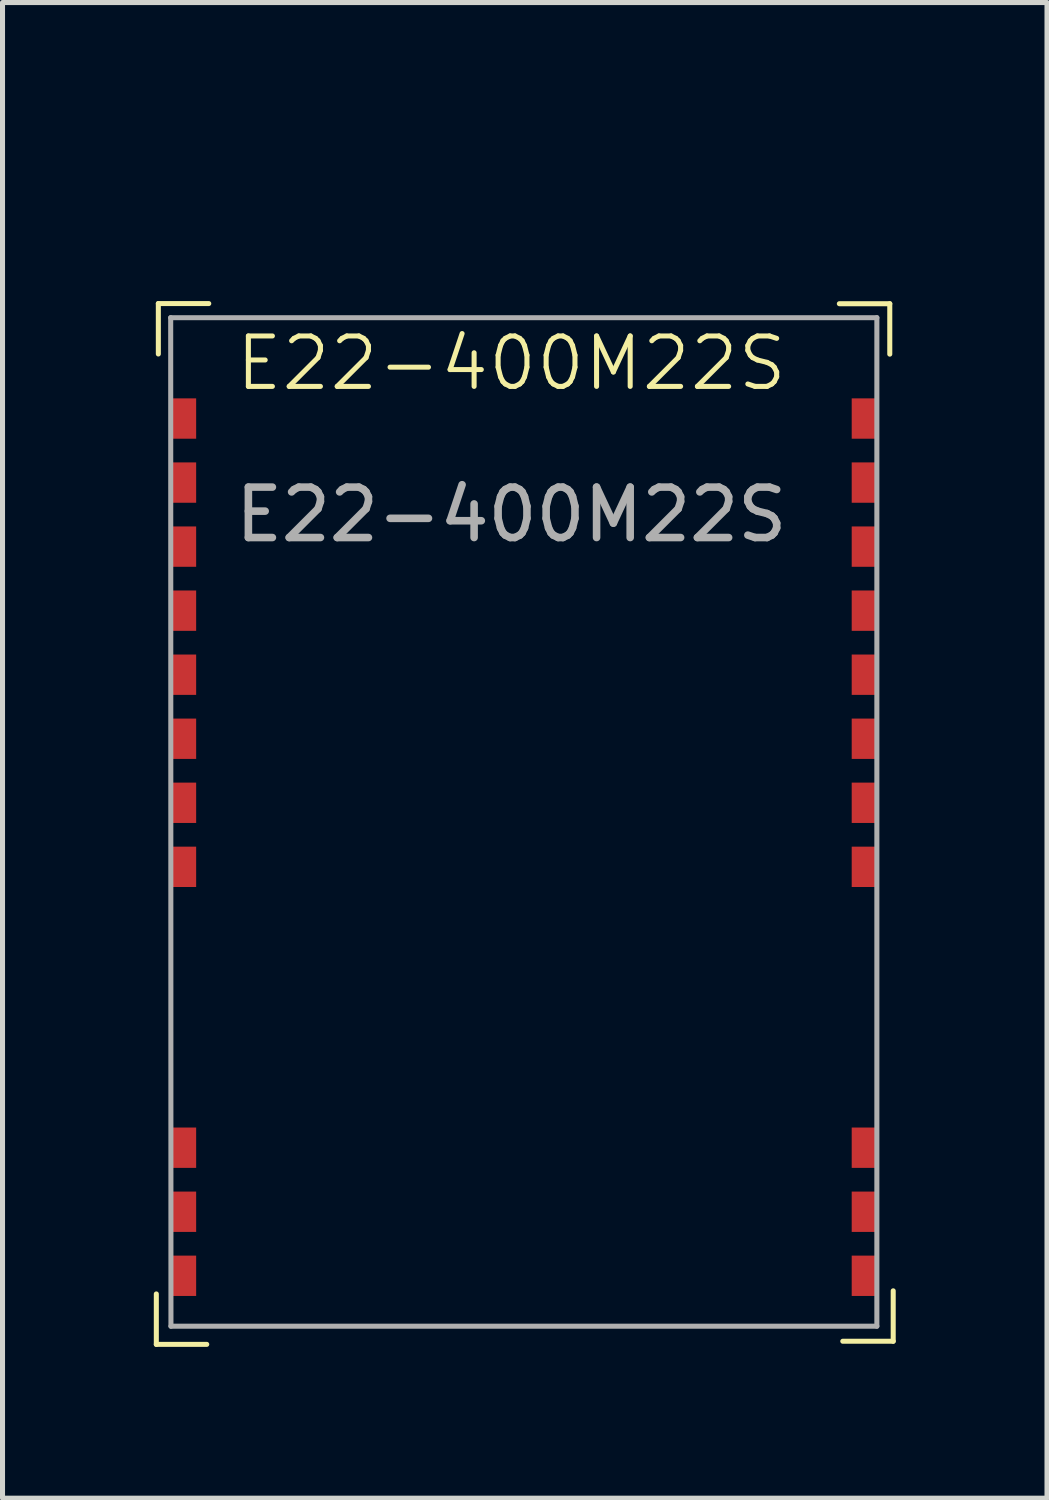
<source format=kicad_pcb>
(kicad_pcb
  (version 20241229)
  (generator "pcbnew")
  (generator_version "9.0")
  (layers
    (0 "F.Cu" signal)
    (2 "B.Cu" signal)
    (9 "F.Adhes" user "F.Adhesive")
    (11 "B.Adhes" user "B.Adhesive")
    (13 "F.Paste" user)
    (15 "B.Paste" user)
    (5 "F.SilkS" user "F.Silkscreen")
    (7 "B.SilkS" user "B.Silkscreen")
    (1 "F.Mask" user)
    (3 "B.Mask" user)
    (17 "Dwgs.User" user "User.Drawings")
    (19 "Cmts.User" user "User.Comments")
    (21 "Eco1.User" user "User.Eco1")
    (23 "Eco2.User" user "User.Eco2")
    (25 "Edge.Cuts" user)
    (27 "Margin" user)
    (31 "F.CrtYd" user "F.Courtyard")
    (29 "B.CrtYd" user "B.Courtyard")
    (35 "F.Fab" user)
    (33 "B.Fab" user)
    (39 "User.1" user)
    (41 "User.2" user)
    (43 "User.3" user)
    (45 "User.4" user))
  (footprint "E22-400M22S"
    (layer "F.Cu")
    (at 6.59 0.25)
    (property "Reference" "E22-400M22S" (at 0.5 3.905 0) (unlocked yes) (layer "F.SilkS") (effects (font (size 1 1) (thickness 0.1))))
    (attr smd)
    (fp_line (start -6.54 23.36) (end -6.54 22.36) (stroke (width 0.1) (type default)) (layer "F.SilkS"))
    (fp_line (start -6.5 2.72) (end -5.5 2.72) (stroke (width 0.1) (type default)) (layer "F.SilkS"))
    (fp_line (start -6.5 3.72) (end -6.5 2.72) (stroke (width 0.1) (type default)) (layer "F.SilkS"))
    (fp_line (start -5.54 23.36) (end -6.54 23.36) (stroke (width 0.1) (type default)) (layer "F.SilkS"))
    (fp_line (start 7.005 2.723) (end 8.005 2.723) (stroke (width 0.1) (type default)) (layer "F.SilkS"))
    (fp_line (start 8.005 2.723) (end 8.005 3.723) (stroke (width 0.1) (type default)) (layer "F.SilkS"))
    (fp_line (start 8.073 22.298) (end 8.073 23.298) (stroke (width 0.1) (type default)) (layer "F.SilkS"))
    (fp_line (start 8.073 23.298) (end 7.073 23.298) (stroke (width 0.1) (type default)) (layer "F.SilkS"))
    (fp_line (start -6.255 3) (end 7.749 3) (stroke (width 0.1) (type default)) (layer "F.Fab"))
    (fp_line (start -6.25 23) (end -6.255 3) (stroke (width 0.1) (type default)) (layer "F.Fab"))
    (fp_line (start 7.749 3) (end 7.749 23) (stroke (width 0.1) (type default)) (layer "F.Fab"))
    (fp_line (start 7.749 23) (end -6.25 23) (stroke (width 0.1) (type default)) (layer "F.Fab"))
    (fp_text user "${REFERENCE}" (at 0.5 6.905 0) (unlocked yes) (layer "F.Fab") (effects (font (size 1 1) (thickness 0.15))))
    (pad "1" smd rect (at 7.5 22) (size 0.5 0.8) (layers "F.Cu" "F.Mask" "F.Paste"))
    (pad "2" smd rect (at 7.5 20.73) (size 0.5 0.8) (layers "F.Cu" "F.Mask" "F.Paste"))
    (pad "3" smd rect (at 7.5 19.46) (size 0.5 0.8) (layers "F.Cu" "F.Mask" "F.Paste"))
    (pad "4" smd rect (at 7.5 13.89) (size 0.5 0.8) (layers "F.Cu" "F.Mask" "F.Paste"))
    (pad "5" smd rect (at 7.5 12.62) (size 0.5 0.8) (layers "F.Cu" "F.Mask" "F.Paste"))
    (pad "6" smd rect (at 7.5 11.35) (size 0.5 0.8) (layers "F.Cu" "F.Mask" "F.Paste"))
    (pad "7" smd rect (at 7.5 10.08) (size 0.5 0.8) (layers "F.Cu" "F.Mask" "F.Paste"))
    (pad "8" smd rect (at 7.5 8.81) (size 0.5 0.8) (layers "F.Cu" "F.Mask" "F.Paste"))
    (pad "9" smd rect (at 7.5 7.54) (size 0.5 0.8) (layers "F.Cu" "F.Mask" "F.Paste"))
    (pad "10" smd rect (at 7.5 6.27) (size 0.5 0.8) (layers "F.Cu" "F.Mask" "F.Paste"))
    (pad "11" smd rect (at 7.5 5) (size 0.5 0.8) (layers "F.Cu" "F.Mask" "F.Paste"))
    (pad "12" smd rect (at -6 5) (size 0.5 0.8) (layers "F.Cu" "F.Mask" "F.Paste"))
    (pad "13" smd rect (at -6 6.27) (size 0.5 0.8) (layers "F.Cu" "F.Mask" "F.Paste"))
    (pad "14" smd rect (at -6 7.54) (size 0.5 0.8) (layers "F.Cu" "F.Mask" "F.Paste"))
    (pad "15" smd rect (at -6 8.81) (size 0.5 0.8) (layers "F.Cu" "F.Mask" "F.Paste"))
    (pad "16" smd rect (at -6 10.08) (size 0.5 0.8) (layers "F.Cu" "F.Mask" "F.Paste"))
    (pad "17" smd rect (at -6 11.35) (size 0.5 0.8) (layers "F.Cu" "F.Mask" "F.Paste"))
    (pad "18" smd rect (at -6 12.62) (size 0.5 0.8) (layers "F.Cu" "F.Mask" "F.Paste"))
    (pad "19" smd rect (at -6 13.89) (size 0.5 0.8) (layers "F.Cu" "F.Mask" "F.Paste"))
    (pad "20" smd rect (at -6 19.46) (size 0.5 0.8) (layers "F.Cu" "F.Mask" "F.Paste"))
    (pad "21" smd rect (at -6 20.73) (size 0.5 0.8) (layers "F.Cu" "F.Mask" "F.Paste"))
    (pad "22" smd rect (at -6 22) (size 0.5 0.8) (layers "F.Cu" "F.Mask" "F.Paste")))
  (gr_rect
    (start -3 -3)
    (end 17.713 26.66)
    (stroke (width 0.1) (type default))
    (fill no)
    (layer "Edge.Cuts")))
</source>
